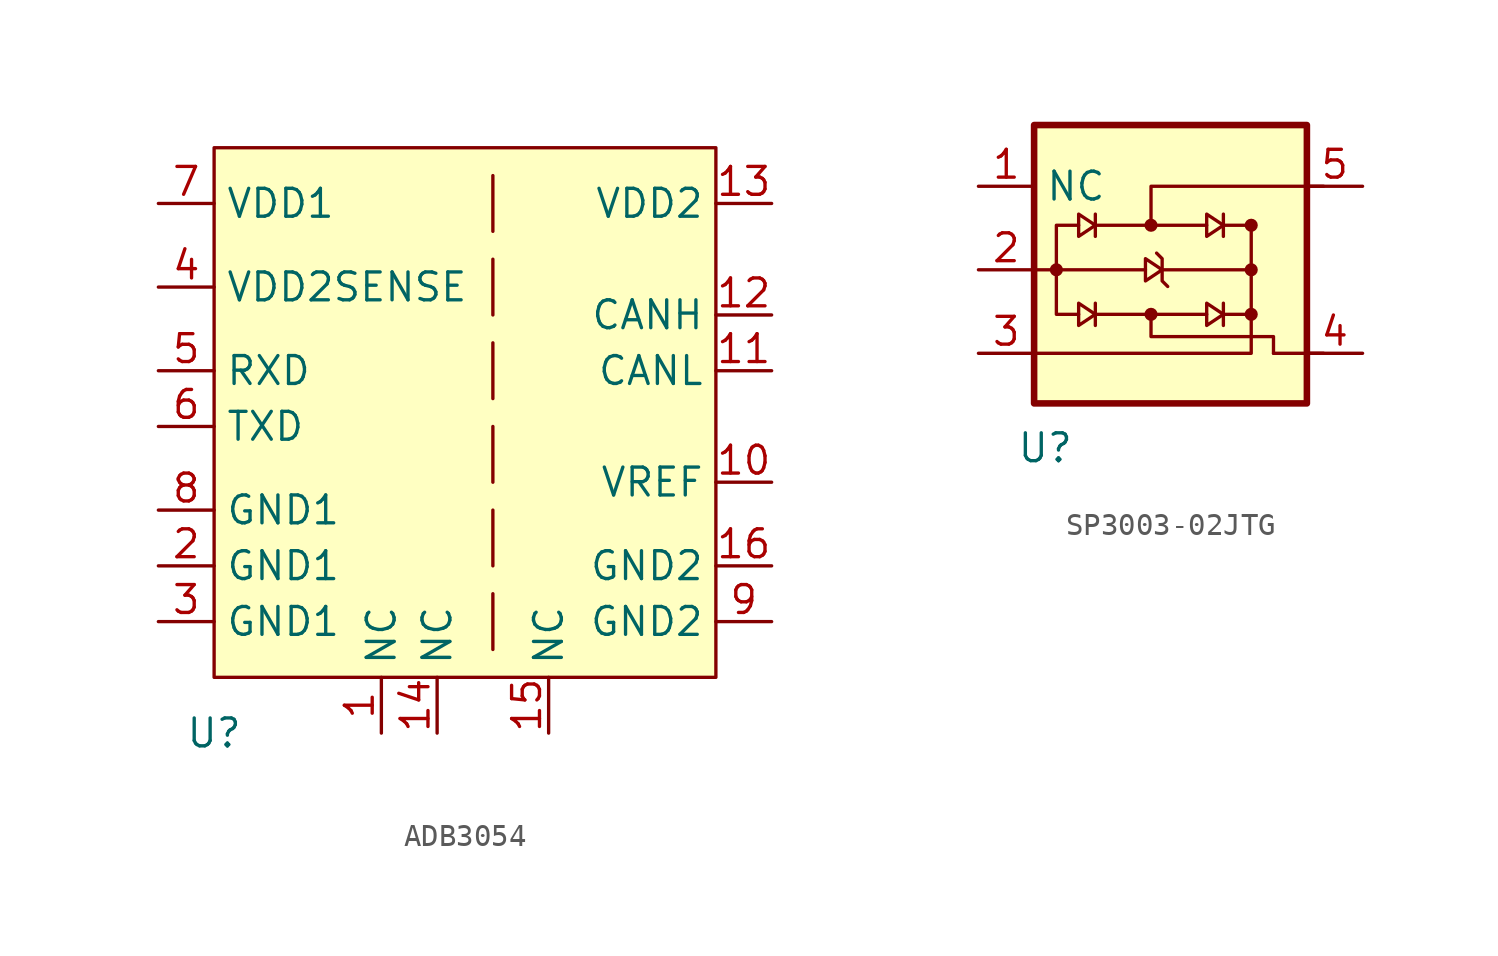
<source format=kicad_sym>
(kicad_symbol_lib
  (version 20220914)
  (generator kicad_symbol_editor)
  (symbol "ADB3054"
    (property "Reference" "U"
      (at -12.7 -13.97 0)
      (effects (font (size 1.27 1.27))))
    (property "Value" ""
      (at -12.7 -13.97 0)
      (effects (font (size 1.27 1.27))))
    (symbol "ADB3054_0_1"
      (rectangle (start -12.7 12.7) (end 10.16 -11.43) (stroke (width 0) (type default)) (fill (type background)))
      (polyline (pts (xy 0 -7.62) (xy 0 -10.16)) (stroke (width 0) (type default)) (fill (type none)))
      (polyline (pts (xy 0 0) (xy 0 -2.54)) (stroke (width 0) (type default)) (fill (type none)))
      (polyline (pts (xy 0 3.81) (xy 0 1.27)) (stroke (width 0) (type default)) (fill (type none)))
      (polyline (pts (xy 0 7.62) (xy 0 5.08)) (stroke (width 0) (type default)) (fill (type none)))
      (polyline (pts (xy 0 -3.81) (xy 0 -6.35) (xy 0 -5.08)) (stroke (width 0) (type default)) (fill (type none)))
      (polyline (pts (xy 0 11.43) (xy 0 8.89) (xy 0 10.16) (xy 0 8.89)) (stroke (width 0) (type default)) (fill (type none))))
    (symbol "ADB3054_1_1"
      (pin input line (at -5.08 -13.97 90) (length 2.54) (name "NC" (effects (font (size 1.27 1.27)))) (number "1" (effects (font (size 1.27 1.27)))))
      (pin input line (at 12.7 -2.54 180) (length 2.54) (name "VREF" (effects (font (size 1.27 1.27)))) (number "10" (effects (font (size 1.27 1.27)))))
      (pin input line (at 12.7 2.54 180) (length 2.54) (name "CANL" (effects (font (size 1.27 1.27)))) (number "11" (effects (font (size 1.27 1.27)))))
      (pin input line (at 12.7 5.08 180) (length 2.54) (name "CANH" (effects (font (size 1.27 1.27)))) (number "12" (effects (font (size 1.27 1.27)))))
      (pin input line (at 12.7 10.16 180) (length 2.54) (name "VDD2" (effects (font (size 1.27 1.27)))) (number "13" (effects (font (size 1.27 1.27)))))
      (pin input line (at -2.54 -13.97 90) (length 2.54) (name "NC" (effects (font (size 1.27 1.27)))) (number "14" (effects (font (size 1.27 1.27)))))
      (pin input line (at 2.54 -13.97 90) (length 2.54) (name "NC" (effects (font (size 1.27 1.27)))) (number "15" (effects (font (size 1.27 1.27)))))
      (pin input line (at 12.7 -6.35 180) (length 2.54) (name "GND2" (effects (font (size 1.27 1.27)))) (number "16" (effects (font (size 1.27 1.27)))))
      (pin input line (at -15.24 -6.35 0) (length 2.54) (name "GND1" (effects (font (size 1.27 1.27)))) (number "2" (effects (font (size 1.27 1.27)))))
      (pin input line (at -15.24 -8.89 0) (length 2.54) (name "GND1" (effects (font (size 1.27 1.27)))) (number "3" (effects (font (size 1.27 1.27)))))
      (pin input line (at -15.24 6.35 0) (length 2.54) (name "VDD2SENSE" (effects (font (size 1.27 1.27)))) (number "4" (effects (font (size 1.27 1.27)))))
      (pin input line (at -15.24 2.54 0) (length 2.54) (name "RXD" (effects (font (size 1.27 1.27)))) (number "5" (effects (font (size 1.27 1.27)))))
      (pin input line (at -15.24 0 0) (length 2.54) (name "TXD" (effects (font (size 1.27 1.27)))) (number "6" (effects (font (size 1.27 1.27)))))
      (pin input line (at -15.24 10.16 0) (length 2.54) (name "VDD1" (effects (font (size 1.27 1.27)))) (number "7" (effects (font (size 1.27 1.27)))))
      (pin input line (at -15.24 -3.81 0) (length 2.54) (name "GND1" (effects (font (size 1.27 1.27)))) (number "8" (effects (font (size 1.27 1.27)))))
      (pin input line (at 12.7 -8.89 180) (length 2.54) (name "GND2" (effects (font (size 1.27 1.27)))) (number "9" (effects (font (size 1.27 1.27)))))))
  (symbol "SP3003-02JTG"
    (property "Reference" "U"
      (at -5.334 -3.302 0)
      (effects (font (size 1.27 1.27))))
    (property "Value" ""
      (at -5.842 1.016 0)
      (effects (font (size 1.27 1.27))))
    (symbol "SP3003-02JTG_0_1"
      (rectangle (start -5.842 11.43) (end 6.604 -1.27) (stroke (width 0.3) (type default)) (fill (type background)))
      (circle (center -4.826 4.826) (radius 0.0001) (stroke (width 0.3) (type default)) (fill (type none)))
      (circle (center -0.508 2.794) (radius 0.0001) (stroke (width 0.3) (type default)) (fill (type none)))
      (circle (center -0.508 6.858) (radius 0.0001) (stroke (width 0.3) (type default)) (fill (type none)))
      (polyline (pts (xy -5.842 4.826) (xy -0.762 4.826)) (stroke (width 0) (type default)) (fill (type none)))
      (polyline (pts (xy -3.048 2.794) (xy 2.032 2.794)) (stroke (width 0) (type default)) (fill (type none)))
      (polyline (pts (xy -3.048 3.302) (xy -3.048 2.286)) (stroke (width 0) (type default)) (fill (type none)))
      (polyline (pts (xy -3.048 6.858) (xy 2.032 6.858)) (stroke (width 0) (type default)) (fill (type none)))
      (polyline (pts (xy -3.048 7.366) (xy -3.048 6.35)) (stroke (width 0) (type default)) (fill (type none)))
      (polyline (pts (xy 0 4.826) (xy 4.064 4.826)) (stroke (width 0) (type default)) (fill (type none)))
      (polyline (pts (xy 2.794 2.794) (xy 4.064 2.794)) (stroke (width 0) (type default)) (fill (type none)))
      (polyline (pts (xy 2.794 3.302) (xy 2.794 2.286)) (stroke (width 0) (type default)) (fill (type none)))
      (polyline (pts (xy 2.794 7.366) (xy 2.794 6.35)) (stroke (width 0) (type default)) (fill (type none)))
      (polyline (pts (xy 5.08 1.016) (xy 7.366 1.016)) (stroke (width 0) (type default)) (fill (type none)))
      (polyline (pts (xy -4.826 4.826) (xy -4.826 2.794) (xy -3.81 2.794)) (stroke (width 0) (type default)) (fill (type none)))
      (polyline (pts (xy -4.826 4.826) (xy -4.826 6.858) (xy -3.81 6.858)) (stroke (width 0) (type default)) (fill (type none)))
      (polyline (pts (xy -0.508 6.858) (xy -0.508 8.636) (xy 7.366 8.636)) (stroke (width 0) (type default)) (fill (type none)))
      (polyline (pts (xy 0 4.826) (xy 0 4.318) (xy 0.254 4.064)) (stroke (width 0) (type default)) (fill (type none)))
      (polyline (pts (xy 0 4.826) (xy 0 5.334) (xy -0.254 5.588)) (stroke (width 0) (type default)) (fill (type none)))
      (polyline (pts (xy -5.842 1.016) (xy 4.064 1.016) (xy 4.064 6.858) (xy 2.794 6.858)) (stroke (width 0) (type default)) (fill (type none)))
      (polyline (pts (xy -3.81 3.302) (xy -3.81 2.286) (xy -3.048 2.794) (xy -3.81 3.302)) (stroke (width 0) (type default)) (fill (type none)))
      (polyline (pts (xy -3.81 7.366) (xy -3.81 6.35) (xy -3.048 6.858) (xy -3.81 7.366)) (stroke (width 0) (type default)) (fill (type none)))
      (polyline (pts (xy -0.762 5.334) (xy -0.762 4.318) (xy 0 4.826) (xy -0.762 5.334)) (stroke (width 0) (type default)) (fill (type none)))
      (polyline (pts (xy 2.032 3.302) (xy 2.032 2.286) (xy 2.794 2.794) (xy 2.032 3.302)) (stroke (width 0) (type default)) (fill (type none)))
      (polyline (pts (xy 2.032 7.366) (xy 2.032 6.35) (xy 2.794 6.858) (xy 2.032 7.366)) (stroke (width 0) (type default)) (fill (type none)))
      (polyline (pts (xy 5.08 1.016) (xy 5.08 1.778) (xy -0.508 1.778) (xy -0.508 2.794)) (stroke (width 0) (type default)) (fill (type none)))
      (circle (center 4.064 2.794) (radius 0.0001) (stroke (width 0.3) (type default)) (fill (type none)))
      (circle (center 4.064 4.826) (radius 0.0001) (stroke (width 0.3) (type default)) (fill (type none)))
      (circle (center 4.064 6.858) (radius 0.0001) (stroke (width 0.3) (type default)) (fill (type none))))
    (symbol "SP3003-02JTG_1_1"
      (pin passive line (at -8.382 8.636 0) (length 2.54) (name "NC" (effects (font (size 1.27 1.27)))) (number "1" (effects (font (size 1.27 1.27)))))
      (pin passive line (at -8.382 4.826 0) (length 2.54) (name "" (effects (font (size 1.27 1.27)))) (number "2" (effects (font (size 1.27 1.27)))))
      (pin passive line (at -8.382 1.016 0) (length 2.54) (name "" (effects (font (size 1.27 1.27)))) (number "3" (effects (font (size 1.27 1.27)))))
      (pin passive line (at 9.144 1.016 180) (length 2.54) (name "" (effects (font (size 1.27 1.27)))) (number "4" (effects (font (size 1.27 1.27)))))
      (pin passive line (at 9.144 8.636 180) (length 2.54) (name "" (effects (font (size 1.27 1.27)))) (number "5" (effects (font (size 1.27 1.27))))))))
</source>
